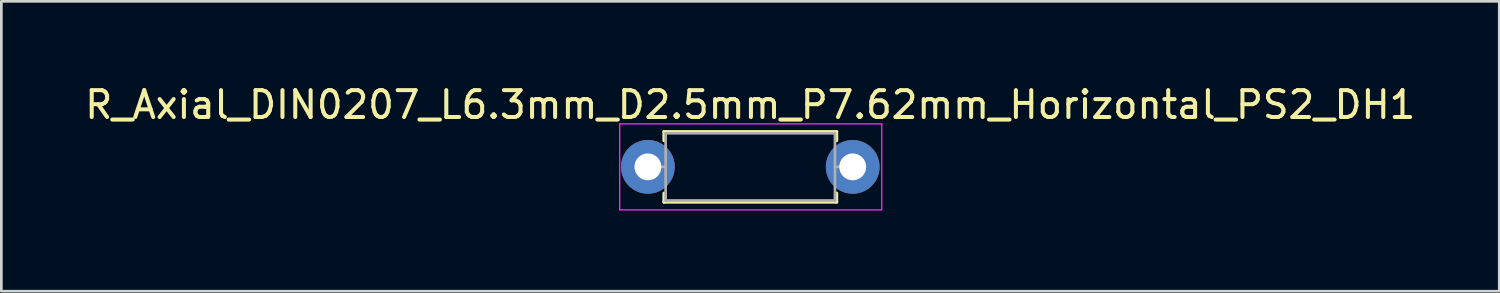
<source format=kicad_pcb>
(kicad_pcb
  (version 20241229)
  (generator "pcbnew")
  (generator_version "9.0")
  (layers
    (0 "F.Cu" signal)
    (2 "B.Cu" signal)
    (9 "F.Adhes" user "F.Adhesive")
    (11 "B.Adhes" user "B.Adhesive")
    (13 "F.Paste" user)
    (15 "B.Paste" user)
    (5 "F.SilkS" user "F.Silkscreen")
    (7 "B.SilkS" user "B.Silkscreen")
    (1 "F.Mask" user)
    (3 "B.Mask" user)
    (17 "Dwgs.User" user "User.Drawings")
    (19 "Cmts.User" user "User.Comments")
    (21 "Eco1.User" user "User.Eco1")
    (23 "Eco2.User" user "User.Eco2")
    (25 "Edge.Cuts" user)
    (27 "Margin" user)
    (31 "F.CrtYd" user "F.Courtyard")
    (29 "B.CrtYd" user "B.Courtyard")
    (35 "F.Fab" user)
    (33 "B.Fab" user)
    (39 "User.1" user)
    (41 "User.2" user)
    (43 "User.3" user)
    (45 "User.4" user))
  (footprint "R_Axial_DIN0207_L6.3mm_D2.5mm_P7.62mm_Horizontal_PS2_DH1"
    (layer "F.Cu")
    (at 21.053 3.158)
    (property "Reference" "R_Axial_DIN0207_L6.3mm_D2.5mm_P7.62mm_Horizontal_PS2_DH1" (at 3.81 -2.31 0) (layer "F.SilkS") (effects (font (size 1 1) (thickness 0.15))))
    (attr through_hole)
    (fp_line (start 0.6 -1.31) (end 7.02 -1.31) (stroke (width 0.12) (type solid)) (layer "F.SilkS"))
    (fp_line (start 0.6 -0.98) (end 0.6 -1.31) (stroke (width 0.12) (type solid)) (layer "F.SilkS"))
    (fp_line (start 0.6 0.98) (end 0.6 1.31) (stroke (width 0.12) (type solid)) (layer "F.SilkS"))
    (fp_line (start 0.6 1.31) (end 7.02 1.31) (stroke (width 0.12) (type solid)) (layer "F.SilkS"))
    (fp_line (start 7.02 -1.31) (end 7.02 -0.98) (stroke (width 0.12) (type solid)) (layer "F.SilkS"))
    (fp_line (start 7.02 1.31) (end 7.02 0.98) (stroke (width 0.12) (type solid)) (layer "F.SilkS"))
    (fp_line (start -1.05 -1.6) (end -1.05 1.6) (stroke (width 0.05) (type solid)) (layer "F.CrtYd"))
    (fp_line (start -1.05 1.6) (end 8.7 1.6) (stroke (width 0.05) (type solid)) (layer "F.CrtYd"))
    (fp_line (start 8.7 -1.6) (end -1.05 -1.6) (stroke (width 0.05) (type solid)) (layer "F.CrtYd"))
    (fp_line (start 8.7 1.6) (end 8.7 -1.6) (stroke (width 0.05) (type solid)) (layer "F.CrtYd"))
    (fp_line (start 0 0) (end 0.66 0) (stroke (width 0.1) (type solid)) (layer "F.Fab"))
    (fp_line (start 0.66 -1.25) (end 0.66 1.25) (stroke (width 0.1) (type solid)) (layer "F.Fab"))
    (fp_line (start 0.66 1.25) (end 6.96 1.25) (stroke (width 0.1) (type solid)) (layer "F.Fab"))
    (fp_line (start 6.96 -1.25) (end 0.66 -1.25) (stroke (width 0.1) (type solid)) (layer "F.Fab"))
    (fp_line (start 6.96 1.25) (end 6.96 -1.25) (stroke (width 0.1) (type solid)) (layer "F.Fab"))
    (fp_line (start 7.62 0) (end 6.96 0) (stroke (width 0.1) (type solid)) (layer "F.Fab"))
    (pad "1" thru_hole circle (at 0 0) (size 2 2) (drill 1) (layers "*.Cu" "*.Mask"))
    (pad "2" thru_hole circle (at 7.62 0) (size 2 2) (drill 1) (layers "*.Cu" "*.Mask")))
  (gr_rect
    (start -3 -3)
    (end 52.726 7.783)
    (stroke (width 0.1) (type default))
    (fill no)
    (layer "Edge.Cuts")))
</source>
